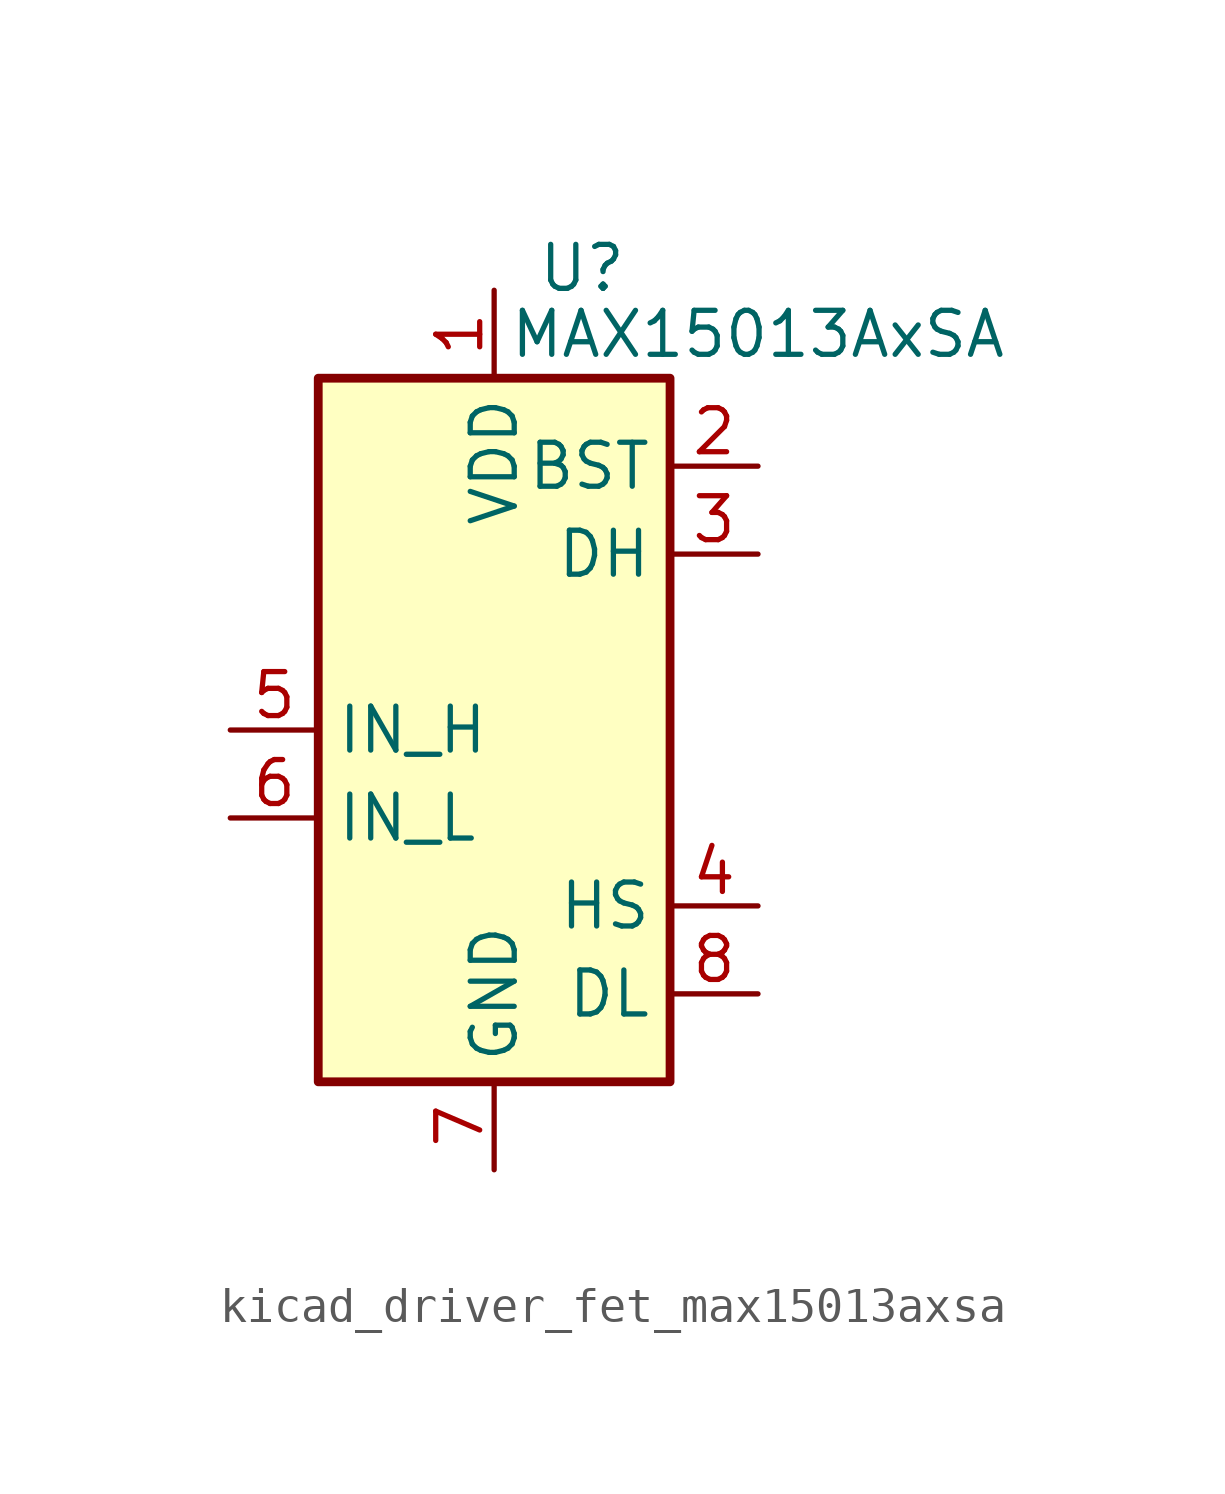
<source format=kicad_sym>
(kicad_symbol_lib
  (version 20220914)
  (generator kicad_symbol_editor)
  (symbol "kicad_driver_fet_max15013axsa"
    (property "Reference" "U"
      (at 2.54 13.335 0)
      (effects (font (size 1.27 1.27))))
    (property "Value" "MAX15013AxSA"
      (at 7.62 11.43 0)
      (effects (font (size 1.27 1.27))))
    (symbol "kicad_driver_fet_max15013axsa_0_1"
      (rectangle (start -5.08 -10.16) (end 5.08 10.16) (stroke (width 0.254) (type default)) (fill (type background))))
    (symbol "kicad_driver_fet_max15013axsa_1_1"
      (pin power_in line (at 0 12.7 270) (length 2.54) (name "VDD" (effects (font (size 1.27 1.27)))) (number "1" (effects (font (size 1.27 1.27)))))
      (pin power_in line (at 7.62 7.62 180) (length 2.54) (name "BST" (effects (font (size 1.27 1.27)))) (number "2" (effects (font (size 1.27 1.27)))))
      (pin output line (at 7.62 5.08 180) (length 2.54) (name "DH" (effects (font (size 1.27 1.27)))) (number "3" (effects (font (size 1.27 1.27)))))
      (pin passive line (at 7.62 -5.08 180) (length 2.54) (name "HS" (effects (font (size 1.27 1.27)))) (number "4" (effects (font (size 1.27 1.27)))))
      (pin input line (at -7.62 0 0) (length 2.54) (name "IN_H" (effects (font (size 1.27 1.27)))) (number "5" (effects (font (size 1.27 1.27)))))
      (pin input line (at -7.62 -2.54 0) (length 2.54) (name "IN_L" (effects (font (size 1.27 1.27)))) (number "6" (effects (font (size 1.27 1.27)))))
      (pin power_in line (at 0 -12.7 90) (length 2.54) (name "GND" (effects (font (size 1.27 1.27)))) (number "7" (effects (font (size 1.27 1.27)))))
      (pin output line (at 7.62 -7.62 180) (length 2.54) (name "DL" (effects (font (size 1.27 1.27)))) (number "8" (effects (font (size 1.27 1.27))))))))
</source>
